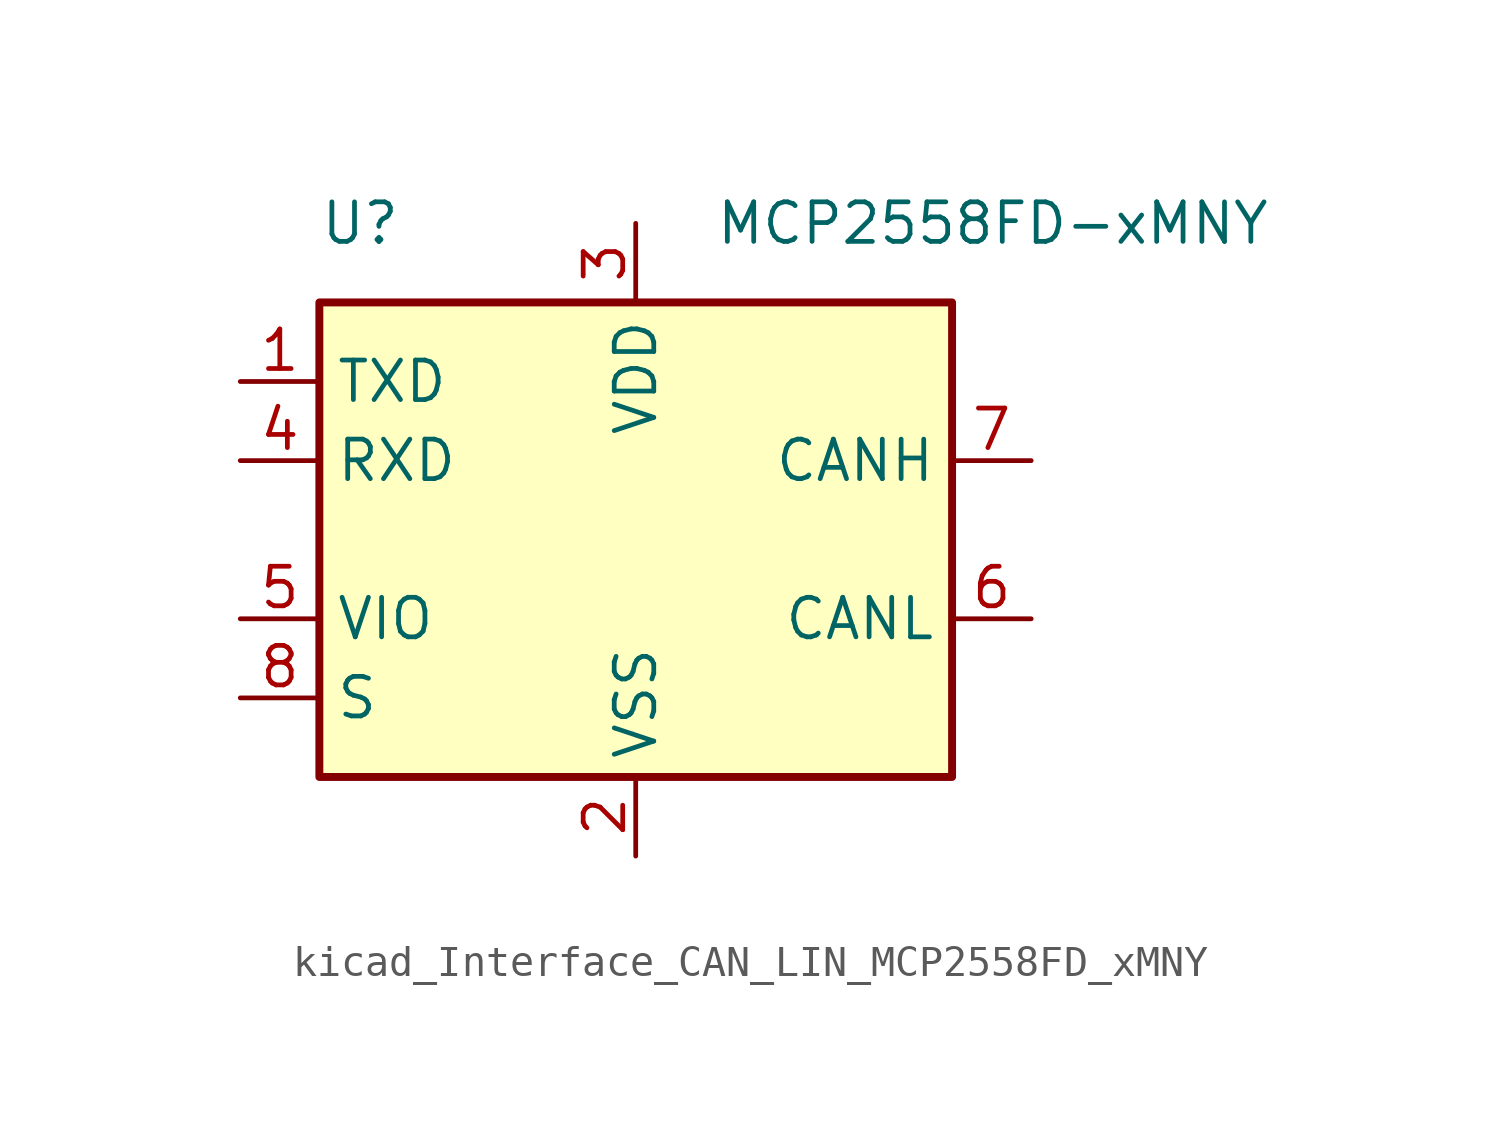
<source format=kicad_sym>
(kicad_symbol_lib
  (version 20220914)
  (generator kicad_symbol_editor)
  (symbol "kicad_Interface_CAN_LIN_MCP2558FD_xMNY"
    (property "Reference" "U"
      (at -10.16 10.16 0)
      (effects (font (size 1.27 1.27)) (justify left)))
    (property "Value" "MCP2558FD-xMNY"
      (at 2.54 10.16 0)
      (effects (font (size 1.27 1.27)) (justify left)))
    (symbol "kicad_Interface_CAN_LIN_MCP2558FD_xMNY_0_1"
      (rectangle (start -10.16 7.62) (end 10.16 -7.62) (stroke (width 0.254) (type default)) (fill (type background))))
    (symbol "kicad_Interface_CAN_LIN_MCP2558FD_xMNY_1_1"
      (pin input line (at -12.7 5.08 0) (length 2.54) (name "TXD" (effects (font (size 1.27 1.27)))) (number "1" (effects (font (size 1.27 1.27)))))
      (pin power_in line (at 0 -10.16 90) (length 2.54) (name "VSS" (effects (font (size 1.27 1.27)))) (number "2" (effects (font (size 1.27 1.27)))))
      (pin power_in line (at 0 10.16 270) (length 2.54) (name "VDD" (effects (font (size 1.27 1.27)))) (number "3" (effects (font (size 1.27 1.27)))))
      (pin output line (at -12.7 2.54 0) (length 2.54) (name "RXD" (effects (font (size 1.27 1.27)))) (number "4" (effects (font (size 1.27 1.27)))))
      (pin power_in line (at -12.7 -2.54 0) (length 2.54) (name "VIO" (effects (font (size 1.27 1.27)))) (number "5" (effects (font (size 1.27 1.27)))))
      (pin bidirectional line (at 12.7 -2.54 180) (length 2.54) (name "CANL" (effects (font (size 1.27 1.27)))) (number "6" (effects (font (size 1.27 1.27)))))
      (pin bidirectional line (at 12.7 2.54 180) (length 2.54) (name "CANH" (effects (font (size 1.27 1.27)))) (number "7" (effects (font (size 1.27 1.27)))))
      (pin input line (at -12.7 -5.08 0) (length 2.54) (name "S" (effects (font (size 1.27 1.27)))) (number "8" (effects (font (size 1.27 1.27)))))
      (pin passive line (at 0 -10.16 90) (length 2.54) hide (name "VSS" (effects (font (size 1.27 1.27)))) (number "9" (effects (font (size 1.27 1.27))))))))
</source>
